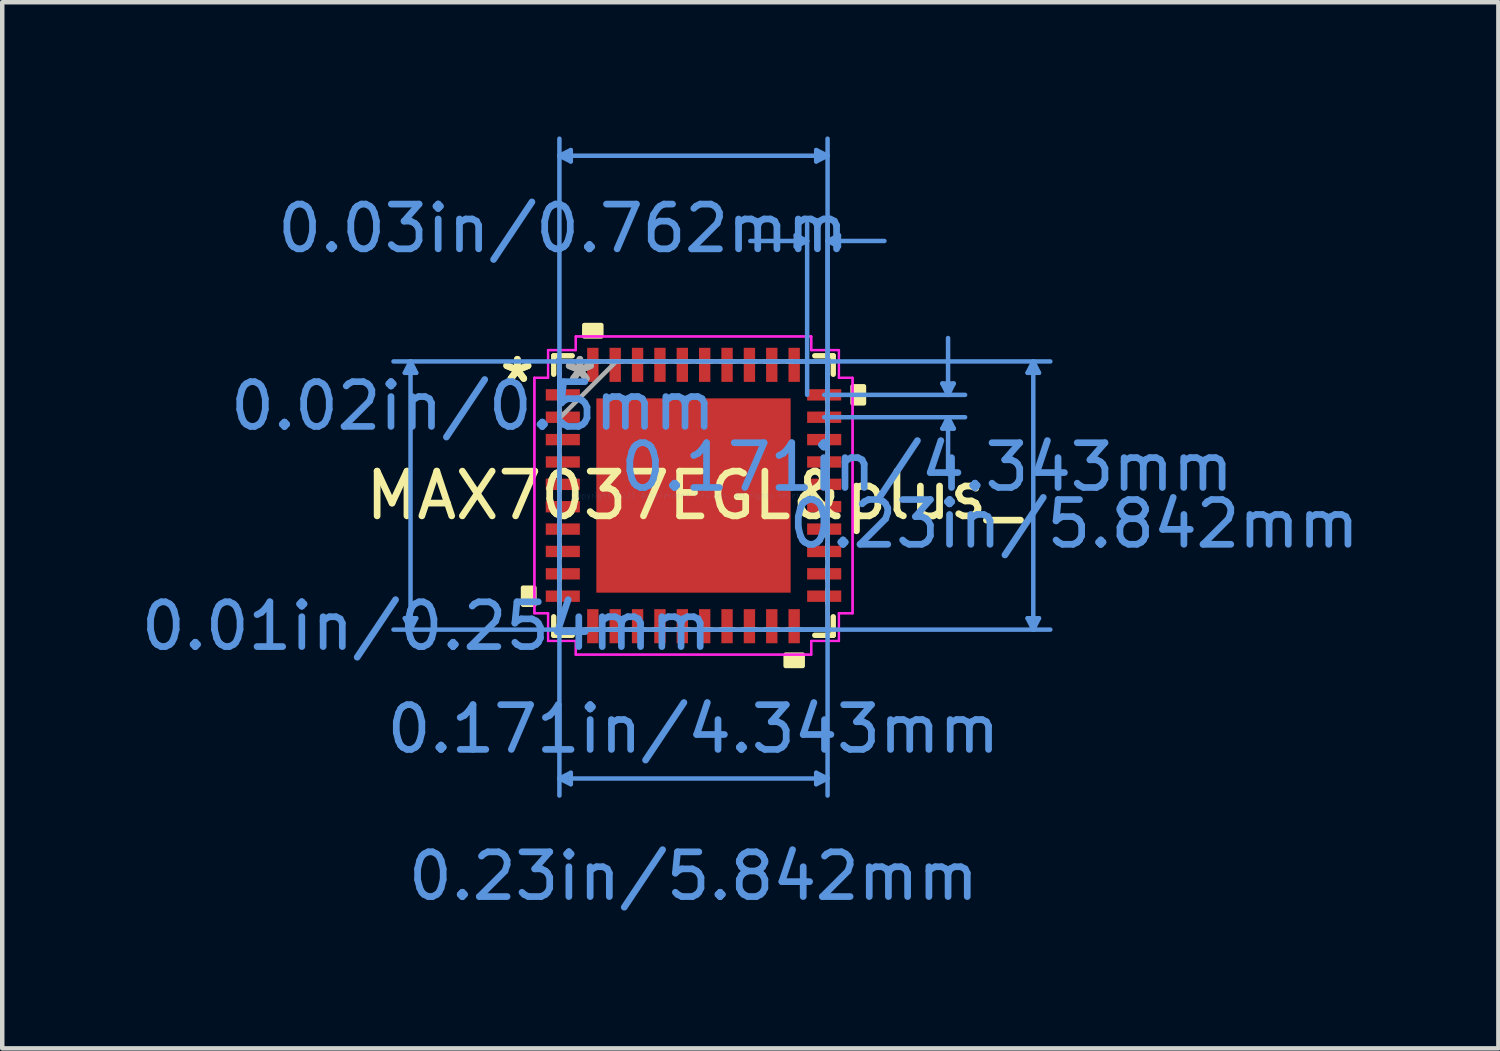
<source format=kicad_pcb>
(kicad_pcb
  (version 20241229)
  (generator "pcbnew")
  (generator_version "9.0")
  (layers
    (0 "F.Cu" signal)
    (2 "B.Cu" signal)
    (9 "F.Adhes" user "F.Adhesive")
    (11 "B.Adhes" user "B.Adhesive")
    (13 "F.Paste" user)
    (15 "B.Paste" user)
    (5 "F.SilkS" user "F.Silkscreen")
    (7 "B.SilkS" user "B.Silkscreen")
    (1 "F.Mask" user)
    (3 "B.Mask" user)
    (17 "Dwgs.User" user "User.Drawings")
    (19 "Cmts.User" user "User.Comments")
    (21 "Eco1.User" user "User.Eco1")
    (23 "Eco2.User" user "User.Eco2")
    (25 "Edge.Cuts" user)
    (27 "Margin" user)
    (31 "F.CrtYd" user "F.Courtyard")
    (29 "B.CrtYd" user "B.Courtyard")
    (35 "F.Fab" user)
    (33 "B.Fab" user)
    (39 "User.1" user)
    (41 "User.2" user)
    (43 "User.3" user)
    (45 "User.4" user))
  (footprint "MAX7037EGL&plus_"
    (layer "F.Cu")
    (at 12.451 8.026)
    (property "Reference" "MAX7037EGL&plus_" (at 0 0 0) (layer "F.SilkS") (effects (font (size 1 1) (thickness 0.15))))
    (attr through_hole)
    (fp_line (start -3.124 -3.124) (end -3.124 -2.71) (stroke (width 0.12) (type solid)) (layer "F.SilkS"))
    (fp_line (start -3.124 2.71) (end -3.124 3.124) (stroke (width 0.12) (type solid)) (layer "F.SilkS"))
    (fp_line (start -3.124 3.124) (end -2.71 3.124) (stroke (width 0.12) (type solid)) (layer "F.SilkS"))
    (fp_line (start -2.71 -3.124) (end -3.124 -3.124) (stroke (width 0.12) (type solid)) (layer "F.SilkS"))
    (fp_line (start 2.71 3.124) (end 3.124 3.124) (stroke (width 0.12) (type solid)) (layer "F.SilkS"))
    (fp_line (start 3.124 -3.124) (end 2.71 -3.124) (stroke (width 0.12) (type solid)) (layer "F.SilkS"))
    (fp_line (start 3.124 -2.71) (end 3.124 -3.124) (stroke (width 0.12) (type solid)) (layer "F.SilkS"))
    (fp_line (start 3.124 3.124) (end 3.124 2.71) (stroke (width 0.12) (type solid)) (layer "F.SilkS"))
    (fp_poly (pts (xy -3.81 2.06) (xy -3.81 2.441) (xy -3.556 2.441) (xy -3.556 2.06)) (stroke (width 0.1) (type solid)) (fill yes) (layer "F.SilkS"))
    (fp_poly (pts (xy -2.441 -3.556) (xy -2.441 -3.81) (xy -2.06 -3.81) (xy -2.06 -3.556)) (stroke (width 0.1) (type solid)) (fill yes) (layer "F.SilkS"))
    (fp_poly (pts (xy 2.06 3.556) (xy 2.06 3.81) (xy 2.441 3.81) (xy 2.441 3.556)) (stroke (width 0.1) (type solid)) (fill yes) (layer "F.SilkS"))
    (fp_poly (pts (xy 3.81 -2.441) (xy 3.81 -2.06) (xy 3.556 -2.06) (xy 3.556 -2.441)) (stroke (width 0.1) (type solid)) (fill yes) (layer "F.SilkS"))
    (fp_poly (pts (xy -2.072 -2.072) (xy -2.072 -0.824) (xy -0.824 -0.824) (xy -0.824 -2.072)) (stroke (width 0.1) (type solid)) (fill yes) (layer "F.Paste"))
    (fp_poly (pts (xy -2.072 -0.624) (xy -2.072 0.624) (xy -0.824 0.624) (xy -0.824 -0.624)) (stroke (width 0.1) (type solid)) (fill yes) (layer "F.Paste"))
    (fp_poly (pts (xy -2.072 0.824) (xy -2.072 2.072) (xy -0.824 2.072) (xy -0.824 0.824)) (stroke (width 0.1) (type solid)) (fill yes) (layer "F.Paste"))
    (fp_poly (pts (xy -0.624 -2.072) (xy -0.624 -0.824) (xy 0.624 -0.824) (xy 0.624 -2.072)) (stroke (width 0.1) (type solid)) (fill yes) (layer "F.Paste"))
    (fp_poly (pts (xy -0.624 -0.624) (xy -0.624 0.624) (xy 0.624 0.624) (xy 0.624 -0.624)) (stroke (width 0.1) (type solid)) (fill yes) (layer "F.Paste"))
    (fp_poly (pts (xy -0.624 0.824) (xy -0.624 2.072) (xy 0.624 2.072) (xy 0.624 0.824)) (stroke (width 0.1) (type solid)) (fill yes) (layer "F.Paste"))
    (fp_poly (pts (xy 0.824 -2.072) (xy 0.824 -0.824) (xy 2.072 -0.824) (xy 2.072 -2.072)) (stroke (width 0.1) (type solid)) (fill yes) (layer "F.Paste"))
    (fp_poly (pts (xy 0.824 -0.624) (xy 0.824 0.624) (xy 2.072 0.624) (xy 2.072 -0.624)) (stroke (width 0.1) (type solid)) (fill yes) (layer "F.Paste"))
    (fp_poly (pts (xy 0.824 0.824) (xy 0.824 2.072) (xy 2.072 2.072) (xy 2.072 0.824)) (stroke (width 0.1) (type solid)) (fill yes) (layer "F.Paste"))
    (fp_line (start -6.452 -2.743) (end -6.198 -2.743) (stroke (width 0.1) (type solid)) (layer "Cmts.User"))
    (fp_line (start -6.452 2.743) (end -6.198 2.743) (stroke (width 0.1) (type solid)) (layer "Cmts.User"))
    (fp_line (start -6.325 -2.997) (end -6.452 -2.743) (stroke (width 0.1) (type solid)) (layer "Cmts.User"))
    (fp_line (start -6.325 -2.997) (end -6.325 2.997) (stroke (width 0.1) (type solid)) (layer "Cmts.User"))
    (fp_line (start -6.325 -2.997) (end -6.198 -2.743) (stroke (width 0.1) (type solid)) (layer "Cmts.User"))
    (fp_line (start -6.325 2.997) (end -6.452 2.743) (stroke (width 0.1) (type solid)) (layer "Cmts.User"))
    (fp_line (start -6.325 2.997) (end -6.198 2.743) (stroke (width 0.1) (type solid)) (layer "Cmts.User"))
    (fp_line (start -2.997 -7.595) (end -2.743 -7.722) (stroke (width 0.1) (type solid)) (layer "Cmts.User"))
    (fp_line (start -2.997 -7.595) (end -2.743 -7.468) (stroke (width 0.1) (type solid)) (layer "Cmts.User"))
    (fp_line (start -2.997 -7.595) (end 2.997 -7.595) (stroke (width 0.1) (type solid)) (layer "Cmts.User"))
    (fp_line (start -2.997 -2.997) (end -2.997 6.706) (stroke (width 0.1) (type solid)) (layer "Cmts.User"))
    (fp_line (start -2.997 -2.25) (end -2.997 -7.976) (stroke (width 0.1) (type solid)) (layer "Cmts.User"))
    (fp_line (start -2.997 6.325) (end -2.743 6.198) (stroke (width 0.1) (type solid)) (layer "Cmts.User"))
    (fp_line (start -2.997 6.325) (end -2.743 6.452) (stroke (width 0.1) (type solid)) (layer "Cmts.User"))
    (fp_line (start -2.997 6.325) (end 2.997 6.325) (stroke (width 0.1) (type solid)) (layer "Cmts.User"))
    (fp_line (start -2.743 -7.722) (end -2.743 -7.468) (stroke (width 0.1) (type solid)) (layer "Cmts.User"))
    (fp_line (start -2.743 6.198) (end -2.743 6.452) (stroke (width 0.1) (type solid)) (layer "Cmts.User"))
    (fp_line (start 2.25 -2.997) (end 7.976 -2.997) (stroke (width 0.1) (type solid)) (layer "Cmts.User"))
    (fp_line (start 2.25 2.997) (end 7.976 2.997) (stroke (width 0.1) (type solid)) (layer "Cmts.User"))
    (fp_line (start 2.286 -5.817) (end 2.286 -5.563) (stroke (width 0.1) (type solid)) (layer "Cmts.User"))
    (fp_line (start 2.54 -5.69) (end 1.27 -5.69) (stroke (width 0.1) (type solid)) (layer "Cmts.User"))
    (fp_line (start 2.54 -5.69) (end 2.286 -5.817) (stroke (width 0.1) (type solid)) (layer "Cmts.User"))
    (fp_line (start 2.54 -5.69) (end 2.286 -5.563) (stroke (width 0.1) (type solid)) (layer "Cmts.User"))
    (fp_line (start 2.54 -2.25) (end 2.54 -6.071) (stroke (width 0.1) (type solid)) (layer "Cmts.User"))
    (fp_line (start 2.743 -7.722) (end 2.743 -7.468) (stroke (width 0.1) (type solid)) (layer "Cmts.User"))
    (fp_line (start 2.743 6.198) (end 2.743 6.452) (stroke (width 0.1) (type solid)) (layer "Cmts.User"))
    (fp_line (start 2.921 -2.25) (end 6.071 -2.25) (stroke (width 0.1) (type solid)) (layer "Cmts.User"))
    (fp_line (start 2.921 -1.75) (end 6.071 -1.75) (stroke (width 0.1) (type solid)) (layer "Cmts.User"))
    (fp_line (start 2.997 -7.595) (end 2.743 -7.722) (stroke (width 0.1) (type solid)) (layer "Cmts.User"))
    (fp_line (start 2.997 -7.595) (end 2.743 -7.468) (stroke (width 0.1) (type solid)) (layer "Cmts.User"))
    (fp_line (start 2.997 -5.69) (end 3.251 -5.817) (stroke (width 0.1) (type solid)) (layer "Cmts.User"))
    (fp_line (start 2.997 -5.69) (end 3.251 -5.563) (stroke (width 0.1) (type solid)) (layer "Cmts.User"))
    (fp_line (start 2.997 -5.69) (end 4.267 -5.69) (stroke (width 0.1) (type solid)) (layer "Cmts.User"))
    (fp_line (start 2.997 -2.997) (end -6.706 -2.997) (stroke (width 0.1) (type solid)) (layer "Cmts.User"))
    (fp_line (start 2.997 -2.997) (end 2.997 6.706) (stroke (width 0.1) (type solid)) (layer "Cmts.User"))
    (fp_line (start 2.997 -2.25) (end 2.997 -7.976) (stroke (width 0.1) (type solid)) (layer "Cmts.User"))
    (fp_line (start 2.997 -2.25) (end 2.997 -6.071) (stroke (width 0.1) (type solid)) (layer "Cmts.User"))
    (fp_line (start 2.997 2.997) (end -6.706 2.997) (stroke (width 0.1) (type solid)) (layer "Cmts.User"))
    (fp_line (start 2.997 6.325) (end 2.743 6.198) (stroke (width 0.1) (type solid)) (layer "Cmts.User"))
    (fp_line (start 2.997 6.325) (end 2.743 6.452) (stroke (width 0.1) (type solid)) (layer "Cmts.User"))
    (fp_line (start 3.251 -5.817) (end 3.251 -5.563) (stroke (width 0.1) (type solid)) (layer "Cmts.User"))
    (fp_line (start 5.563 -2.504) (end 5.817 -2.504) (stroke (width 0.1) (type solid)) (layer "Cmts.User"))
    (fp_line (start 5.563 -1.496) (end 5.817 -1.496) (stroke (width 0.1) (type solid)) (layer "Cmts.User"))
    (fp_line (start 5.69 -2.25) (end 5.563 -2.504) (stroke (width 0.1) (type solid)) (layer "Cmts.User"))
    (fp_line (start 5.69 -2.25) (end 5.69 -3.52) (stroke (width 0.1) (type solid)) (layer "Cmts.User"))
    (fp_line (start 5.69 -2.25) (end 5.817 -2.504) (stroke (width 0.1) (type solid)) (layer "Cmts.User"))
    (fp_line (start 5.69 -1.75) (end 5.563 -1.496) (stroke (width 0.1) (type solid)) (layer "Cmts.User"))
    (fp_line (start 5.69 -1.75) (end 5.69 -0.48) (stroke (width 0.1) (type solid)) (layer "Cmts.User"))
    (fp_line (start 5.69 -1.75) (end 5.817 -1.496) (stroke (width 0.1) (type solid)) (layer "Cmts.User"))
    (fp_line (start 7.468 -2.743) (end 7.722 -2.743) (stroke (width 0.1) (type solid)) (layer "Cmts.User"))
    (fp_line (start 7.468 2.743) (end 7.722 2.743) (stroke (width 0.1) (type solid)) (layer "Cmts.User"))
    (fp_line (start 7.595 -2.997) (end 7.468 -2.743) (stroke (width 0.1) (type solid)) (layer "Cmts.User"))
    (fp_line (start 7.595 -2.997) (end 7.595 2.997) (stroke (width 0.1) (type solid)) (layer "Cmts.User"))
    (fp_line (start 7.595 -2.997) (end 7.722 -2.743) (stroke (width 0.1) (type solid)) (layer "Cmts.User"))
    (fp_line (start 7.595 2.997) (end 7.468 2.743) (stroke (width 0.1) (type solid)) (layer "Cmts.User"))
    (fp_line (start 7.595 2.997) (end 7.722 2.743) (stroke (width 0.1) (type solid)) (layer "Cmts.User"))
    (fp_line (start -3.556 -2.631) (end -3.251 -2.631) (stroke (width 0.05) (type solid)) (layer "F.CrtYd"))
    (fp_line (start -3.556 -2.631) (end -3.251 -2.631) (stroke (width 0.05) (type solid)) (layer "F.CrtYd"))
    (fp_line (start -3.556 2.631) (end -3.556 -2.631) (stroke (width 0.05) (type solid)) (layer "F.CrtYd"))
    (fp_line (start -3.556 2.631) (end -3.556 -2.631) (stroke (width 0.05) (type solid)) (layer "F.CrtYd"))
    (fp_line (start -3.251 -3.251) (end -2.631 -3.251) (stroke (width 0.05) (type solid)) (layer "F.CrtYd"))
    (fp_line (start -3.251 -3.251) (end -2.631 -3.251) (stroke (width 0.05) (type solid)) (layer "F.CrtYd"))
    (fp_line (start -3.251 -2.631) (end -3.251 -3.251) (stroke (width 0.05) (type solid)) (layer "F.CrtYd"))
    (fp_line (start -3.251 -2.631) (end -3.251 -3.251) (stroke (width 0.05) (type solid)) (layer "F.CrtYd"))
    (fp_line (start -3.251 2.631) (end -3.556 2.631) (stroke (width 0.05) (type solid)) (layer "F.CrtYd"))
    (fp_line (start -3.251 2.631) (end -3.556 2.631) (stroke (width 0.05) (type solid)) (layer "F.CrtYd"))
    (fp_line (start -3.251 3.251) (end -3.251 2.631) (stroke (width 0.05) (type solid)) (layer "F.CrtYd"))
    (fp_line (start -3.251 3.251) (end -3.251 2.631) (stroke (width 0.05) (type solid)) (layer "F.CrtYd"))
    (fp_line (start -2.631 -3.556) (end 2.631 -3.556) (stroke (width 0.05) (type solid)) (layer "F.CrtYd"))
    (fp_line (start -2.631 -3.556) (end 2.631 -3.556) (stroke (width 0.05) (type solid)) (layer "F.CrtYd"))
    (fp_line (start -2.631 -3.251) (end -2.631 -3.556) (stroke (width 0.05) (type solid)) (layer "F.CrtYd"))
    (fp_line (start -2.631 -3.251) (end -2.631 -3.556) (stroke (width 0.05) (type solid)) (layer "F.CrtYd"))
    (fp_line (start -2.631 3.251) (end -3.251 3.251) (stroke (width 0.05) (type solid)) (layer "F.CrtYd"))
    (fp_line (start -2.631 3.251) (end -3.251 3.251) (stroke (width 0.05) (type solid)) (layer "F.CrtYd"))
    (fp_line (start -2.631 3.556) (end -2.631 3.251) (stroke (width 0.05) (type solid)) (layer "F.CrtYd"))
    (fp_line (start -2.631 3.556) (end -2.631 3.251) (stroke (width 0.05) (type solid)) (layer "F.CrtYd"))
    (fp_line (start 2.631 -3.556) (end 2.631 -3.251) (stroke (width 0.05) (type solid)) (layer "F.CrtYd"))
    (fp_line (start 2.631 -3.556) (end 2.631 -3.251) (stroke (width 0.05) (type solid)) (layer "F.CrtYd"))
    (fp_line (start 2.631 -3.251) (end 3.251 -3.251) (stroke (width 0.05) (type solid)) (layer "F.CrtYd"))
    (fp_line (start 2.631 -3.251) (end 3.251 -3.251) (stroke (width 0.05) (type solid)) (layer "F.CrtYd"))
    (fp_line (start 2.631 3.251) (end 2.631 3.556) (stroke (width 0.05) (type solid)) (layer "F.CrtYd"))
    (fp_line (start 2.631 3.251) (end 2.631 3.556) (stroke (width 0.05) (type solid)) (layer "F.CrtYd"))
    (fp_line (start 2.631 3.556) (end -2.631 3.556) (stroke (width 0.05) (type solid)) (layer "F.CrtYd"))
    (fp_line (start 2.631 3.556) (end -2.631 3.556) (stroke (width 0.05) (type solid)) (layer "F.CrtYd"))
    (fp_line (start 3.251 -3.251) (end 3.251 -2.631) (stroke (width 0.05) (type solid)) (layer "F.CrtYd"))
    (fp_line (start 3.251 -3.251) (end 3.251 -2.631) (stroke (width 0.05) (type solid)) (layer "F.CrtYd"))
    (fp_line (start 3.251 -2.631) (end 3.556 -2.631) (stroke (width 0.05) (type solid)) (layer "F.CrtYd"))
    (fp_line (start 3.251 -2.631) (end 3.556 -2.631) (stroke (width 0.05) (type solid)) (layer "F.CrtYd"))
    (fp_line (start 3.251 2.631) (end 3.251 3.251) (stroke (width 0.05) (type solid)) (layer "F.CrtYd"))
    (fp_line (start 3.251 2.631) (end 3.251 3.251) (stroke (width 0.05) (type solid)) (layer "F.CrtYd"))
    (fp_line (start 3.251 3.251) (end 2.631 3.251) (stroke (width 0.05) (type solid)) (layer "F.CrtYd"))
    (fp_line (start 3.251 3.251) (end 2.631 3.251) (stroke (width 0.05) (type solid)) (layer "F.CrtYd"))
    (fp_line (start 3.556 -2.631) (end 3.556 2.631) (stroke (width 0.05) (type solid)) (layer "F.CrtYd"))
    (fp_line (start 3.556 -2.631) (end 3.556 2.631) (stroke (width 0.05) (type solid)) (layer "F.CrtYd"))
    (fp_line (start 3.556 2.631) (end 3.251 2.631) (stroke (width 0.05) (type solid)) (layer "F.CrtYd"))
    (fp_line (start 3.556 2.631) (end 3.251 2.631) (stroke (width 0.05) (type solid)) (layer "F.CrtYd"))
    (fp_line (start -2.997 -2.997) (end -2.997 -2.997) (stroke (width 0.1) (type solid)) (layer "F.Fab"))
    (fp_line (start -2.997 -2.997) (end -2.997 2.997) (stroke (width 0.1) (type solid)) (layer "F.Fab"))
    (fp_line (start -2.997 -2.402) (end -2.997 -2.402) (stroke (width 0.1) (type solid)) (layer "F.Fab"))
    (fp_line (start -2.997 -2.402) (end -2.997 -2.098) (stroke (width 0.1) (type solid)) (layer "F.Fab"))
    (fp_line (start -2.997 -2.098) (end -2.997 -2.402) (stroke (width 0.1) (type solid)) (layer "F.Fab"))
    (fp_line (start -2.997 -2.098) (end -2.997 -2.098) (stroke (width 0.1) (type solid)) (layer "F.Fab"))
    (fp_line (start -2.997 -1.902) (end -2.997 -1.902) (stroke (width 0.1) (type solid)) (layer "F.Fab"))
    (fp_line (start -2.997 -1.902) (end -2.997 -1.598) (stroke (width 0.1) (type solid)) (layer "F.Fab"))
    (fp_line (start -2.997 -1.727) (end -1.727 -2.997) (stroke (width 0.1) (type solid)) (layer "F.Fab"))
    (fp_line (start -2.997 -1.598) (end -2.997 -1.902) (stroke (width 0.1) (type solid)) (layer "F.Fab"))
    (fp_line (start -2.997 -1.598) (end -2.997 -1.598) (stroke (width 0.1) (type solid)) (layer "F.Fab"))
    (fp_line (start -2.997 -1.402) (end -2.997 -1.402) (stroke (width 0.1) (type solid)) (layer "F.Fab"))
    (fp_line (start -2.997 -1.402) (end -2.997 -1.098) (stroke (width 0.1) (type solid)) (layer "F.Fab"))
    (fp_line (start -2.997 -1.098) (end -2.997 -1.402) (stroke (width 0.1) (type solid)) (layer "F.Fab"))
    (fp_line (start -2.997 -1.098) (end -2.997 -1.098) (stroke (width 0.1) (type solid)) (layer "F.Fab"))
    (fp_line (start -2.997 -0.902) (end -2.997 -0.902) (stroke (width 0.1) (type solid)) (layer "F.Fab"))
    (fp_line (start -2.997 -0.902) (end -2.997 -0.598) (stroke (width 0.1) (type solid)) (layer "F.Fab"))
    (fp_line (start -2.997 -0.598) (end -2.997 -0.902) (stroke (width 0.1) (type solid)) (layer "F.Fab"))
    (fp_line (start -2.997 -0.598) (end -2.997 -0.598) (stroke (width 0.1) (type solid)) (layer "F.Fab"))
    (fp_line (start -2.997 -0.402) (end -2.997 -0.402) (stroke (width 0.1) (type solid)) (layer "F.Fab"))
    (fp_line (start -2.997 -0.402) (end -2.997 -0.098) (stroke (width 0.1) (type solid)) (layer "F.Fab"))
    (fp_line (start -2.997 -0.098) (end -2.997 -0.402) (stroke (width 0.1) (type solid)) (layer "F.Fab"))
    (fp_line (start -2.997 -0.098) (end -2.997 -0.098) (stroke (width 0.1) (type solid)) (layer "F.Fab"))
    (fp_line (start -2.997 0.098) (end -2.997 0.098) (stroke (width 0.1) (type solid)) (layer "F.Fab"))
    (fp_line (start -2.997 0.098) (end -2.997 0.402) (stroke (width 0.1) (type solid)) (layer "F.Fab"))
    (fp_line (start -2.997 0.402) (end -2.997 0.098) (stroke (width 0.1) (type solid)) (layer "F.Fab"))
    (fp_line (start -2.997 0.402) (end -2.997 0.402) (stroke (width 0.1) (type solid)) (layer "F.Fab"))
    (fp_line (start -2.997 0.598) (end -2.997 0.598) (stroke (width 0.1) (type solid)) (layer "F.Fab"))
    (fp_line (start -2.997 0.598) (end -2.997 0.902) (stroke (width 0.1) (type solid)) (layer "F.Fab"))
    (fp_line (start -2.997 0.902) (end -2.997 0.598) (stroke (width 0.1) (type solid)) (layer "F.Fab"))
    (fp_line (start -2.997 0.902) (end -2.997 0.902) (stroke (width 0.1) (type solid)) (layer "F.Fab"))
    (fp_line (start -2.997 1.098) (end -2.997 1.098) (stroke (width 0.1) (type solid)) (layer "F.Fab"))
    (fp_line (start -2.997 1.098) (end -2.997 1.402) (stroke (width 0.1) (type solid)) (layer "F.Fab"))
    (fp_line (start -2.997 1.402) (end -2.997 1.098) (stroke (width 0.1) (type solid)) (layer "F.Fab"))
    (fp_line (start -2.997 1.402) (end -2.997 1.402) (stroke (width 0.1) (type solid)) (layer "F.Fab"))
    (fp_line (start -2.997 1.598) (end -2.997 1.598) (stroke (width 0.1) (type solid)) (layer "F.Fab"))
    (fp_line (start -2.997 1.598) (end -2.997 1.902) (stroke (width 0.1) (type solid)) (layer "F.Fab"))
    (fp_line (start -2.997 1.902) (end -2.997 1.598) (stroke (width 0.1) (type solid)) (layer "F.Fab"))
    (fp_line (start -2.997 1.902) (end -2.997 1.902) (stroke (width 0.1) (type solid)) (layer "F.Fab"))
    (fp_line (start -2.997 2.098) (end -2.997 2.098) (stroke (width 0.1) (type solid)) (layer "F.Fab"))
    (fp_line (start -2.997 2.098) (end -2.997 2.402) (stroke (width 0.1) (type solid)) (layer "F.Fab"))
    (fp_line (start -2.997 2.402) (end -2.997 2.098) (stroke (width 0.1) (type solid)) (layer "F.Fab"))
    (fp_line (start -2.997 2.402) (end -2.997 2.402) (stroke (width 0.1) (type solid)) (layer "F.Fab"))
    (fp_line (start -2.997 2.997) (end -2.997 2.997) (stroke (width 0.1) (type solid)) (layer "F.Fab"))
    (fp_line (start -2.997 2.997) (end 2.997 2.997) (stroke (width 0.1) (type solid)) (layer "F.Fab"))
    (fp_line (start -2.402 -2.997) (end -2.402 -2.997) (stroke (width 0.1) (type solid)) (layer "F.Fab"))
    (fp_line (start -2.402 -2.997) (end -2.098 -2.997) (stroke (width 0.1) (type solid)) (layer "F.Fab"))
    (fp_line (start -2.402 2.997) (end -2.402 2.997) (stroke (width 0.1) (type solid)) (layer "F.Fab"))
    (fp_line (start -2.402 2.997) (end -2.098 2.997) (stroke (width 0.1) (type solid)) (layer "F.Fab"))
    (fp_line (start -2.098 -2.997) (end -2.402 -2.997) (stroke (width 0.1) (type solid)) (layer "F.Fab"))
    (fp_line (start -2.098 -2.997) (end -2.098 -2.997) (stroke (width 0.1) (type solid)) (layer "F.Fab"))
    (fp_line (start -2.098 2.997) (end -2.402 2.997) (stroke (width 0.1) (type solid)) (layer "F.Fab"))
    (fp_line (start -2.098 2.997) (end -2.098 2.997) (stroke (width 0.1) (type solid)) (layer "F.Fab"))
    (fp_line (start -1.902 -2.997) (end -1.902 -2.997) (stroke (width 0.1) (type solid)) (layer "F.Fab"))
    (fp_line (start -1.902 -2.997) (end -1.598 -2.997) (stroke (width 0.1) (type solid)) (layer "F.Fab"))
    (fp_line (start -1.902 2.997) (end -1.902 2.997) (stroke (width 0.1) (type solid)) (layer "F.Fab"))
    (fp_line (start -1.902 2.997) (end -1.598 2.997) (stroke (width 0.1) (type solid)) (layer "F.Fab"))
    (fp_line (start -1.598 -2.997) (end -1.902 -2.997) (stroke (width 0.1) (type solid)) (layer "F.Fab"))
    (fp_line (start -1.598 -2.997) (end -1.598 -2.997) (stroke (width 0.1) (type solid)) (layer "F.Fab"))
    (fp_line (start -1.598 2.997) (end -1.902 2.997) (stroke (width 0.1) (type solid)) (layer "F.Fab"))
    (fp_line (start -1.598 2.997) (end -1.598 2.997) (stroke (width 0.1) (type solid)) (layer "F.Fab"))
    (fp_line (start -1.402 -2.997) (end -1.402 -2.997) (stroke (width 0.1) (type solid)) (layer "F.Fab"))
    (fp_line (start -1.402 -2.997) (end -1.098 -2.997) (stroke (width 0.1) (type solid)) (layer "F.Fab"))
    (fp_line (start -1.402 2.997) (end -1.402 2.997) (stroke (width 0.1) (type solid)) (layer "F.Fab"))
    (fp_line (start -1.402 2.997) (end -1.098 2.997) (stroke (width 0.1) (type solid)) (layer "F.Fab"))
    (fp_line (start -1.098 -2.997) (end -1.402 -2.997) (stroke (width 0.1) (type solid)) (layer "F.Fab"))
    (fp_line (start -1.098 -2.997) (end -1.098 -2.997) (stroke (width 0.1) (type solid)) (layer "F.Fab"))
    (fp_line (start -1.098 2.997) (end -1.402 2.997) (stroke (width 0.1) (type solid)) (layer "F.Fab"))
    (fp_line (start -1.098 2.997) (end -1.098 2.997) (stroke (width 0.1) (type solid)) (layer "F.Fab"))
    (fp_line (start -0.902 -2.997) (end -0.902 -2.997) (stroke (width 0.1) (type solid)) (layer "F.Fab"))
    (fp_line (start -0.902 -2.997) (end -0.598 -2.997) (stroke (width 0.1) (type solid)) (layer "F.Fab"))
    (fp_line (start -0.902 2.997) (end -0.902 2.997) (stroke (width 0.1) (type solid)) (layer "F.Fab"))
    (fp_line (start -0.902 2.997) (end -0.598 2.997) (stroke (width 0.1) (type solid)) (layer "F.Fab"))
    (fp_line (start -0.598 -2.997) (end -0.902 -2.997) (stroke (width 0.1) (type solid)) (layer "F.Fab"))
    (fp_line (start -0.598 -2.997) (end -0.598 -2.997) (stroke (width 0.1) (type solid)) (layer "F.Fab"))
    (fp_line (start -0.598 2.997) (end -0.902 2.997) (stroke (width 0.1) (type solid)) (layer "F.Fab"))
    (fp_line (start -0.598 2.997) (end -0.598 2.997) (stroke (width 0.1) (type solid)) (layer "F.Fab"))
    (fp_line (start -0.402 -2.997) (end -0.402 -2.997) (stroke (width 0.1) (type solid)) (layer "F.Fab"))
    (fp_line (start -0.402 -2.997) (end -0.098 -2.997) (stroke (width 0.1) (type solid)) (layer "F.Fab"))
    (fp_line (start -0.402 2.997) (end -0.402 2.997) (stroke (width 0.1) (type solid)) (layer "F.Fab"))
    (fp_line (start -0.402 2.997) (end -0.098 2.997) (stroke (width 0.1) (type solid)) (layer "F.Fab"))
    (fp_line (start -0.098 -2.997) (end -0.402 -2.997) (stroke (width 0.1) (type solid)) (layer "F.Fab"))
    (fp_line (start -0.098 -2.997) (end -0.098 -2.997) (stroke (width 0.1) (type solid)) (layer "F.Fab"))
    (fp_line (start -0.098 2.997) (end -0.402 2.997) (stroke (width 0.1) (type solid)) (layer "F.Fab"))
    (fp_line (start -0.098 2.997) (end -0.098 2.997) (stroke (width 0.1) (type solid)) (layer "F.Fab"))
    (fp_line (start 0.098 -2.997) (end 0.098 -2.997) (stroke (width 0.1) (type solid)) (layer "F.Fab"))
    (fp_line (start 0.098 -2.997) (end 0.402 -2.997) (stroke (width 0.1) (type solid)) (layer "F.Fab"))
    (fp_line (start 0.098 2.997) (end 0.098 2.997) (stroke (width 0.1) (type solid)) (layer "F.Fab"))
    (fp_line (start 0.098 2.997) (end 0.402 2.997) (stroke (width 0.1) (type solid)) (layer "F.Fab"))
    (fp_line (start 0.402 -2.997) (end 0.098 -2.997) (stroke (width 0.1) (type solid)) (layer "F.Fab"))
    (fp_line (start 0.402 -2.997) (end 0.402 -2.997) (stroke (width 0.1) (type solid)) (layer "F.Fab"))
    (fp_line (start 0.402 2.997) (end 0.098 2.997) (stroke (width 0.1) (type solid)) (layer "F.Fab"))
    (fp_line (start 0.402 2.997) (end 0.402 2.997) (stroke (width 0.1) (type solid)) (layer "F.Fab"))
    (fp_line (start 0.598 -2.997) (end 0.598 -2.997) (stroke (width 0.1) (type solid)) (layer "F.Fab"))
    (fp_line (start 0.598 -2.997) (end 0.902 -2.997) (stroke (width 0.1) (type solid)) (layer "F.Fab"))
    (fp_line (start 0.598 2.997) (end 0.598 2.997) (stroke (width 0.1) (type solid)) (layer "F.Fab"))
    (fp_line (start 0.598 2.997) (end 0.902 2.997) (stroke (width 0.1) (type solid)) (layer "F.Fab"))
    (fp_line (start 0.902 -2.997) (end 0.598 -2.997) (stroke (width 0.1) (type solid)) (layer "F.Fab"))
    (fp_line (start 0.902 -2.997) (end 0.902 -2.997) (stroke (width 0.1) (type solid)) (layer "F.Fab"))
    (fp_line (start 0.902 2.997) (end 0.598 2.997) (stroke (width 0.1) (type solid)) (layer "F.Fab"))
    (fp_line (start 0.902 2.997) (end 0.902 2.997) (stroke (width 0.1) (type solid)) (layer "F.Fab"))
    (fp_line (start 1.098 -2.997) (end 1.098 -2.997) (stroke (width 0.1) (type solid)) (layer "F.Fab"))
    (fp_line (start 1.098 -2.997) (end 1.402 -2.997) (stroke (width 0.1) (type solid)) (layer "F.Fab"))
    (fp_line (start 1.098 2.997) (end 1.098 2.997) (stroke (width 0.1) (type solid)) (layer "F.Fab"))
    (fp_line (start 1.098 2.997) (end 1.402 2.997) (stroke (width 0.1) (type solid)) (layer "F.Fab"))
    (fp_line (start 1.402 -2.997) (end 1.098 -2.997) (stroke (width 0.1) (type solid)) (layer "F.Fab"))
    (fp_line (start 1.402 -2.997) (end 1.402 -2.997) (stroke (width 0.1) (type solid)) (layer "F.Fab"))
    (fp_line (start 1.402 2.997) (end 1.098 2.997) (stroke (width 0.1) (type solid)) (layer "F.Fab"))
    (fp_line (start 1.402 2.997) (end 1.402 2.997) (stroke (width 0.1) (type solid)) (layer "F.Fab"))
    (fp_line (start 1.598 -2.997) (end 1.598 -2.997) (stroke (width 0.1) (type solid)) (layer "F.Fab"))
    (fp_line (start 1.598 -2.997) (end 1.902 -2.997) (stroke (width 0.1) (type solid)) (layer "F.Fab"))
    (fp_line (start 1.598 2.997) (end 1.598 2.997) (stroke (width 0.1) (type solid)) (layer "F.Fab"))
    (fp_line (start 1.598 2.997) (end 1.902 2.997) (stroke (width 0.1) (type solid)) (layer "F.Fab"))
    (fp_line (start 1.902 -2.997) (end 1.598 -2.997) (stroke (width 0.1) (type solid)) (layer "F.Fab"))
    (fp_line (start 1.902 -2.997) (end 1.902 -2.997) (stroke (width 0.1) (type solid)) (layer "F.Fab"))
    (fp_line (start 1.902 2.997) (end 1.598 2.997) (stroke (width 0.1) (type solid)) (layer "F.Fab"))
    (fp_line (start 1.902 2.997) (end 1.902 2.997) (stroke (width 0.1) (type solid)) (layer "F.Fab"))
    (fp_line (start 2.098 -2.997) (end 2.098 -2.997) (stroke (width 0.1) (type solid)) (layer "F.Fab"))
    (fp_line (start 2.098 -2.997) (end 2.402 -2.997) (stroke (width 0.1) (type solid)) (layer "F.Fab"))
    (fp_line (start 2.098 2.997) (end 2.098 2.997) (stroke (width 0.1) (type solid)) (layer "F.Fab"))
    (fp_line (start 2.098 2.997) (end 2.402 2.997) (stroke (width 0.1) (type solid)) (layer "F.Fab"))
    (fp_line (start 2.402 -2.997) (end 2.098 -2.997) (stroke (width 0.1) (type solid)) (layer "F.Fab"))
    (fp_line (start 2.402 -2.997) (end 2.402 -2.997) (stroke (width 0.1) (type solid)) (layer "F.Fab"))
    (fp_line (start 2.402 2.997) (end 2.098 2.997) (stroke (width 0.1) (type solid)) (layer "F.Fab"))
    (fp_line (start 2.402 2.997) (end 2.402 2.997) (stroke (width 0.1) (type solid)) (layer "F.Fab"))
    (fp_line (start 2.997 -2.997) (end -2.997 -2.997) (stroke (width 0.1) (type solid)) (layer "F.Fab"))
    (fp_line (start 2.997 -2.997) (end 2.997 -2.997) (stroke (width 0.1) (type solid)) (layer "F.Fab"))
    (fp_line (start 2.997 -2.402) (end 2.997 -2.402) (stroke (width 0.1) (type solid)) (layer "F.Fab"))
    (fp_line (start 2.997 -2.402) (end 2.997 -2.098) (stroke (width 0.1) (type solid)) (layer "F.Fab"))
    (fp_line (start 2.997 -2.098) (end 2.997 -2.402) (stroke (width 0.1) (type solid)) (layer "F.Fab"))
    (fp_line (start 2.997 -2.098) (end 2.997 -2.098) (stroke (width 0.1) (type solid)) (layer "F.Fab"))
    (fp_line (start 2.997 -1.902) (end 2.997 -1.902) (stroke (width 0.1) (type solid)) (layer "F.Fab"))
    (fp_line (start 2.997 -1.902) (end 2.997 -1.598) (stroke (width 0.1) (type solid)) (layer "F.Fab"))
    (fp_line (start 2.997 -1.598) (end 2.997 -1.902) (stroke (width 0.1) (type solid)) (layer "F.Fab"))
    (fp_line (start 2.997 -1.598) (end 2.997 -1.598) (stroke (width 0.1) (type solid)) (layer "F.Fab"))
    (fp_line (start 2.997 -1.402) (end 2.997 -1.402) (stroke (width 0.1) (type solid)) (layer "F.Fab"))
    (fp_line (start 2.997 -1.402) (end 2.997 -1.098) (stroke (width 0.1) (type solid)) (layer "F.Fab"))
    (fp_line (start 2.997 -1.098) (end 2.997 -1.402) (stroke (width 0.1) (type solid)) (layer "F.Fab"))
    (fp_line (start 2.997 -1.098) (end 2.997 -1.098) (stroke (width 0.1) (type solid)) (layer "F.Fab"))
    (fp_line (start 2.997 -0.902) (end 2.997 -0.902) (stroke (width 0.1) (type solid)) (layer "F.Fab"))
    (fp_line (start 2.997 -0.902) (end 2.997 -0.598) (stroke (width 0.1) (type solid)) (layer "F.Fab"))
    (fp_line (start 2.997 -0.598) (end 2.997 -0.902) (stroke (width 0.1) (type solid)) (layer "F.Fab"))
    (fp_line (start 2.997 -0.598) (end 2.997 -0.598) (stroke (width 0.1) (type solid)) (layer "F.Fab"))
    (fp_line (start 2.997 -0.402) (end 2.997 -0.402) (stroke (width 0.1) (type solid)) (layer "F.Fab"))
    (fp_line (start 2.997 -0.402) (end 2.997 -0.098) (stroke (width 0.1) (type solid)) (layer "F.Fab"))
    (fp_line (start 2.997 -0.098) (end 2.997 -0.402) (stroke (width 0.1) (type solid)) (layer "F.Fab"))
    (fp_line (start 2.997 -0.098) (end 2.997 -0.098) (stroke (width 0.1) (type solid)) (layer "F.Fab"))
    (fp_line (start 2.997 0.098) (end 2.997 0.098) (stroke (width 0.1) (type solid)) (layer "F.Fab"))
    (fp_line (start 2.997 0.098) (end 2.997 0.402) (stroke (width 0.1) (type solid)) (layer "F.Fab"))
    (fp_line (start 2.997 0.402) (end 2.997 0.098) (stroke (width 0.1) (type solid)) (layer "F.Fab"))
    (fp_line (start 2.997 0.402) (end 2.997 0.402) (stroke (width 0.1) (type solid)) (layer "F.Fab"))
    (fp_line (start 2.997 0.598) (end 2.997 0.598) (stroke (width 0.1) (type solid)) (layer "F.Fab"))
    (fp_line (start 2.997 0.598) (end 2.997 0.902) (stroke (width 0.1) (type solid)) (layer "F.Fab"))
    (fp_line (start 2.997 0.902) (end 2.997 0.598) (stroke (width 0.1) (type solid)) (layer "F.Fab"))
    (fp_line (start 2.997 0.902) (end 2.997 0.902) (stroke (width 0.1) (type solid)) (layer "F.Fab"))
    (fp_line (start 2.997 1.098) (end 2.997 1.098) (stroke (width 0.1) (type solid)) (layer "F.Fab"))
    (fp_line (start 2.997 1.098) (end 2.997 1.402) (stroke (width 0.1) (type solid)) (layer "F.Fab"))
    (fp_line (start 2.997 1.402) (end 2.997 1.098) (stroke (width 0.1) (type solid)) (layer "F.Fab"))
    (fp_line (start 2.997 1.402) (end 2.997 1.402) (stroke (width 0.1) (type solid)) (layer "F.Fab"))
    (fp_line (start 2.997 1.598) (end 2.997 1.598) (stroke (width 0.1) (type solid)) (layer "F.Fab"))
    (fp_line (start 2.997 1.598) (end 2.997 1.902) (stroke (width 0.1) (type solid)) (layer "F.Fab"))
    (fp_line (start 2.997 1.902) (end 2.997 1.598) (stroke (width 0.1) (type solid)) (layer "F.Fab"))
    (fp_line (start 2.997 1.902) (end 2.997 1.902) (stroke (width 0.1) (type solid)) (layer "F.Fab"))
    (fp_line (start 2.997 2.098) (end 2.997 2.098) (stroke (width 0.1) (type solid)) (layer "F.Fab"))
    (fp_line (start 2.997 2.098) (end 2.997 2.402) (stroke (width 0.1) (type solid)) (layer "F.Fab"))
    (fp_line (start 2.997 2.402) (end 2.997 2.098) (stroke (width 0.1) (type solid)) (layer "F.Fab"))
    (fp_line (start 2.997 2.402) (end 2.997 2.402) (stroke (width 0.1) (type solid)) (layer "F.Fab"))
    (fp_line (start 2.997 2.997) (end 2.997 -2.997) (stroke (width 0.1) (type solid)) (layer "F.Fab"))
    (fp_line (start 2.997 2.997) (end 2.997 2.997) (stroke (width 0.1) (type solid)) (layer "F.Fab"))
    (fp_text user "*" (at -3.937 -2.5 0) (layer "F.SilkS") (effects (font (size 1 1) (thickness 0.15))))
    (fp_text user "*" (at -3.937 -2.5 0) (layer "F.SilkS") (effects (font (size 1 1) (thickness 0.15))))
    (fp_text user "0.01in/0.254mm" (at -5.969 2.921 0) (layer "Cmts.User") (effects (font (size 1 1) (thickness 0.15))))
    (fp_text user "Copyright 2021 Accelerated Designs. All rights reserved." (at 0 0 0) (layer "Cmts.User") (effects (font (size 0.127 0.127) (thickness 0.002))))
    (fp_text user "0.02in/0.5mm" (at -4.928 -2 0) (layer "Cmts.User") (effects (font (size 1 1) (thickness 0.15))))
    (fp_text user "0.171in/4.343mm" (at 0 5.22 0) (layer "Cmts.User") (effects (font (size 1 1) (thickness 0.15))))
    (fp_text user "0.23in/5.842mm" (at 0 8.509 0) (layer "Cmts.User") (effects (font (size 1 1) (thickness 0.15))))
    (fp_text user "0.171in/4.343mm" (at 5.22 -0.635 0) (layer "Cmts.User") (effects (font (size 1 1) (thickness 0.15))))
    (fp_text user "0.23in/5.842mm" (at 8.509 0.635 0) (layer "Cmts.User") (effects (font (size 1 1) (thickness 0.15))))
    (fp_text user "0.03in/0.762mm" (at -2.921 -5.969 0) (layer "Cmts.User") (effects (font (size 1 1) (thickness 0.15))))
    (fp_text user "*" (at -2.54 -2.5 0) (layer "F.Fab") (effects (font (size 1 1) (thickness 0.15))))
    (fp_text user "*" (at -2.54 -2.5 0) (layer "F.Fab") (effects (font (size 1 1) (thickness 0.15))))
    (pad "1" smd rect (at -2.921 -2.25 90) (size 0.254 0.762) (layers "F.Cu" "F.Mask" "F.Paste"))
    (pad "2" smd rect (at -2.921 -1.75 90) (size 0.254 0.762) (layers "F.Cu" "F.Mask" "F.Paste"))
    (pad "3" smd rect (at -2.921 -1.25 90) (size 0.254 0.762) (layers "F.Cu" "F.Mask" "F.Paste"))
    (pad "4" smd rect (at -2.921 -0.75 90) (size 0.254 0.762) (layers "F.Cu" "F.Mask" "F.Paste"))
    (pad "5" smd rect (at -2.921 -0.25 90) (size 0.254 0.762) (layers "F.Cu" "F.Mask" "F.Paste"))
    (pad "6" smd rect (at -2.921 0.25 90) (size 0.254 0.762) (layers "F.Cu" "F.Mask" "F.Paste"))
    (pad "7" smd rect (at -2.921 0.75 90) (size 0.254 0.762) (layers "F.Cu" "F.Mask" "F.Paste"))
    (pad "8" smd rect (at -2.921 1.25 90) (size 0.254 0.762) (layers "F.Cu" "F.Mask" "F.Paste"))
    (pad "9" smd rect (at -2.921 1.75 90) (size 0.254 0.762) (layers "F.Cu" "F.Mask" "F.Paste"))
    (pad "10" smd rect (at -2.921 2.25 90) (size 0.254 0.762) (layers "F.Cu" "F.Mask" "F.Paste"))
    (pad "11" smd rect (at -2.25 2.921) (size 0.254 0.762) (layers "F.Cu" "F.Mask" "F.Paste"))
    (pad "12" smd rect (at -1.75 2.921) (size 0.254 0.762) (layers "F.Cu" "F.Mask" "F.Paste"))
    (pad "13" smd rect (at -1.25 2.921) (size 0.254 0.762) (layers "F.Cu" "F.Mask" "F.Paste"))
    (pad "14" smd rect (at -0.75 2.921) (size 0.254 0.762) (layers "F.Cu" "F.Mask" "F.Paste"))
    (pad "15" smd rect (at -0.25 2.921) (size 0.254 0.762) (layers "F.Cu" "F.Mask" "F.Paste"))
    (pad "16" smd rect (at 0.25 2.921) (size 0.254 0.762) (layers "F.Cu" "F.Mask" "F.Paste"))
    (pad "17" smd rect (at 0.75 2.921) (size 0.254 0.762) (layers "F.Cu" "F.Mask" "F.Paste"))
    (pad "18" smd rect (at 1.25 2.921) (size 0.254 0.762) (layers "F.Cu" "F.Mask" "F.Paste"))
    (pad "19" smd rect (at 1.75 2.921) (size 0.254 0.762) (layers "F.Cu" "F.Mask" "F.Paste"))
    (pad "20" smd rect (at 2.25 2.921) (size 0.254 0.762) (layers "F.Cu" "F.Mask" "F.Paste"))
    (pad "21" smd rect (at 2.921 2.25 90) (size 0.254 0.762) (layers "F.Cu" "F.Mask" "F.Paste"))
    (pad "22" smd rect (at 2.921 1.75 90) (size 0.254 0.762) (layers "F.Cu" "F.Mask" "F.Paste"))
    (pad "23" smd rect (at 2.921 1.25 90) (size 0.254 0.762) (layers "F.Cu" "F.Mask" "F.Paste"))
    (pad "24" smd rect (at 2.921 0.75 90) (size 0.254 0.762) (layers "F.Cu" "F.Mask" "F.Paste"))
    (pad "25" smd rect (at 2.921 0.25 90) (size 0.254 0.762) (layers "F.Cu" "F.Mask" "F.Paste"))
    (pad "26" smd rect (at 2.921 -0.25 90) (size 0.254 0.762) (layers "F.Cu" "F.Mask" "F.Paste"))
    (pad "27" smd rect (at 2.921 -0.75 90) (size 0.254 0.762) (layers "F.Cu" "F.Mask" "F.Paste"))
    (pad "28" smd rect (at 2.921 -1.25 90) (size 0.254 0.762) (layers "F.Cu" "F.Mask" "F.Paste"))
    (pad "29" smd rect (at 2.921 -1.75 90) (size 0.254 0.762) (layers "F.Cu" "F.Mask" "F.Paste"))
    (pad "30" smd rect (at 2.921 -2.25 90) (size 0.254 0.762) (layers "F.Cu" "F.Mask" "F.Paste"))
    (pad "31" smd rect (at 2.25 -2.921) (size 0.254 0.762) (layers "F.Cu" "F.Mask" "F.Paste"))
    (pad "32" smd rect (at 1.75 -2.921) (size 0.254 0.762) (layers "F.Cu" "F.Mask" "F.Paste"))
    (pad "33" smd rect (at 1.25 -2.921) (size 0.254 0.762) (layers "F.Cu" "F.Mask" "F.Paste"))
    (pad "34" smd rect (at 0.75 -2.921) (size 0.254 0.762) (layers "F.Cu" "F.Mask" "F.Paste"))
    (pad "35" smd rect (at 0.25 -2.921) (size 0.254 0.762) (layers "F.Cu" "F.Mask" "F.Paste"))
    (pad "36" smd rect (at -0.25 -2.921) (size 0.254 0.762) (layers "F.Cu" "F.Mask" "F.Paste"))
    (pad "37" smd rect (at -0.75 -2.921) (size 0.254 0.762) (layers "F.Cu" "F.Mask" "F.Paste"))
    (pad "38" smd rect (at -1.25 -2.921) (size 0.254 0.762) (layers "F.Cu" "F.Mask" "F.Paste"))
    (pad "39" smd rect (at -1.75 -2.921) (size 0.254 0.762) (layers "F.Cu" "F.Mask" "F.Paste"))
    (pad "40" smd rect (at -2.25 -2.921) (size 0.254 0.762) (layers "F.Cu" "F.Mask" "F.Paste"))
    (pad "41" smd rect (at 0 0) (size 4.343 4.343) (layers "F.Cu" "F.Mask")))
  (gr_rect
    (start -3 -3)
    (end 30.442 20.383)
    (stroke (width 0.1) (type default))
    (fill no)
    (layer "Edge.Cuts")))
</source>
